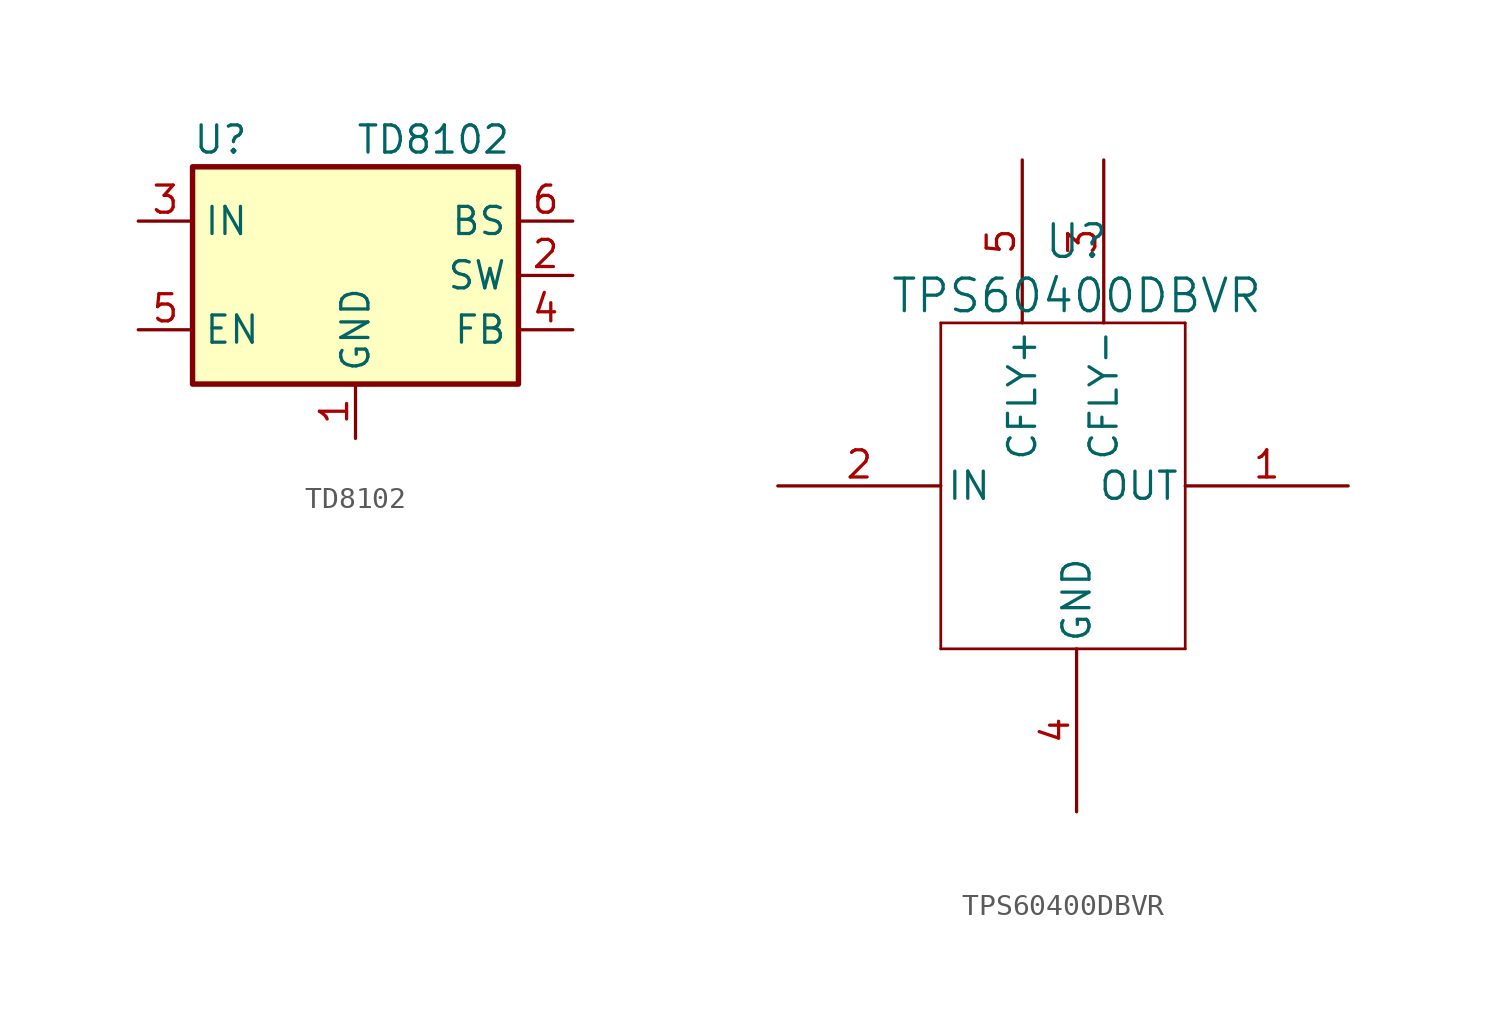
<source format=kicad_sym>
(kicad_symbol_lib
  (version 20220914)
  (generator kicad_symbol_editor)
  (symbol "TD8102"
    (property "Reference" "U"
      (at -7.62 6.35 0)
      (effects (font (size 1.27 1.27)) (justify left)))
    (property "Value" "TD8102"
      (at 0 6.35 0)
      (effects (font (size 1.27 1.27)) (justify left)))
    (symbol "TD8102_0_1"
      (rectangle (start -7.62 5.08) (end 7.62 -5.08) (stroke (width 0.254) (type default)) (fill (type background))))
    (symbol "TD8102_1_1"
      (pin power_in line (at 0 -7.62 90) (length 2.54) (name "GND" (effects (font (size 1.27 1.27)))) (number "1" (effects (font (size 1.27 1.27)))))
      (pin passive line (at 10.16 0 180) (length 2.54) (name "SW" (effects (font (size 1.27 1.27)))) (number "2" (effects (font (size 1.27 1.27)))))
      (pin power_in line (at -10.16 2.54 0) (length 2.54) (name "IN" (effects (font (size 1.27 1.27)))) (number "3" (effects (font (size 1.27 1.27)))))
      (pin input line (at 10.16 -2.54 180) (length 2.54) (name "FB" (effects (font (size 1.27 1.27)))) (number "4" (effects (font (size 1.27 1.27)))))
      (pin input line (at -10.16 -2.54 0) (length 2.54) (name "EN" (effects (font (size 1.27 1.27)))) (number "5" (effects (font (size 1.27 1.27)))))
      (pin passive line (at 10.16 2.54 180) (length 2.54) (name "BS" (effects (font (size 1.27 1.27)))) (number "6" (effects (font (size 1.27 1.27)))))))
  (symbol "TPS60400DBVR"
    (pin_names
      (offset 0.254))
    (property "Reference" "U"
      (at 13.97 8.89 0)
      (effects (font (size 1.524 1.524))))
    (property "Value" "TPS60400DBVR"
      (at 13.97 6.35 0)
      (effects (font (size 1.524 1.524))))
    (property "ki_locked" ""
      (at 0 0 0)
      (effects (font (size 1.27 1.27))))
    (symbol "TPS60400DBVR_0_1"
      (polyline (pts (xy 7.62 -10.16) (xy 19.05 -10.16)) (stroke (width 0.127) (type default)) (fill (type none)))
      (polyline (pts (xy 7.62 5.08) (xy 7.62 -10.16)) (stroke (width 0.127) (type default)) (fill (type none)))
      (polyline (pts (xy 19.05 -10.16) (xy 19.05 5.08)) (stroke (width 0.127) (type default)) (fill (type none)))
      (polyline (pts (xy 19.05 5.08) (xy 7.62 5.08)) (stroke (width 0.127) (type default)) (fill (type none))))
    (symbol "TPS60400DBVR_1_1"
      (pin power_out line (at 26.67 -2.54 180) (length 7.62) (name "OUT" (effects (font (size 1.27 1.27)))) (number "1" (effects (font (size 1.27 1.27)))))
      (pin power_in line (at 0 -2.54 0) (length 7.62) (name "IN" (effects (font (size 1.27 1.27)))) (number "2" (effects (font (size 1.27 1.27)))))
      (pin passive line (at 15.24 12.7 270) (length 7.62) (name "CFLY-" (effects (font (size 1.27 1.27)))) (number "3" (effects (font (size 1.27 1.27)))))
      (pin power_in line (at 13.97 -17.78 90) (length 7.62) (name "GND" (effects (font (size 1.27 1.27)))) (number "4" (effects (font (size 1.27 1.27)))))
      (pin passive line (at 11.43 12.7 270) (length 7.62) (name "CFLY+" (effects (font (size 1.27 1.27)))) (number "5" (effects (font (size 1.27 1.27))))))))
</source>
